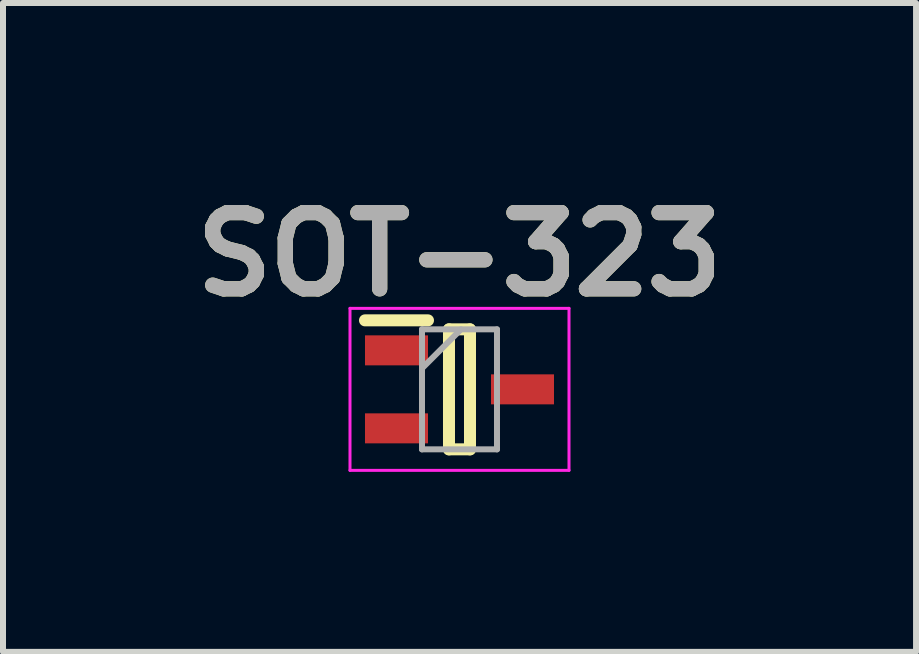
<source format=kicad_pcb>
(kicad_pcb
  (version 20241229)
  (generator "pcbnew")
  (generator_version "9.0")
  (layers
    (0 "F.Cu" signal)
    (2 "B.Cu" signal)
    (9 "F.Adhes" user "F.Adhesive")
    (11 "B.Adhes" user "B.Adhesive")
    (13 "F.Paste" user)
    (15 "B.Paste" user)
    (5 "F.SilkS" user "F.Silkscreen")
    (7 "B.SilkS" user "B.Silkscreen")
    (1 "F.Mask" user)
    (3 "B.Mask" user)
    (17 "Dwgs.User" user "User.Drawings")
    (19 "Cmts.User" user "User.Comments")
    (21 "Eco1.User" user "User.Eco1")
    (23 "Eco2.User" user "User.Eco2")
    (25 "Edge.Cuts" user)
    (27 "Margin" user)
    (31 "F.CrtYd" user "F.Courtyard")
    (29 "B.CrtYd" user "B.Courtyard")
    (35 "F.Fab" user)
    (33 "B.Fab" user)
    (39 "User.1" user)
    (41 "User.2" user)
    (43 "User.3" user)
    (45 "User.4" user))
  (footprint "SOT-323"
    (layer "F.Cu")
    (at 4.608 3.439)
    (property "Reference" "SOT-323" (at 0 -2.25 0) (layer "F.SilkS") (effects (font (size 1.27 1.27) (thickness 0.254))))
    (attr smd)
    (fp_line (start -1.575 -1.15) (end -0.525 -1.15) (stroke (width 0.2) (type solid)) (layer "F.SilkS"))
    (fp_line (start -0.175 -1) (end 0.175 -1) (stroke (width 0.2) (type solid)) (layer "F.SilkS"))
    (fp_line (start -0.175 1) (end -0.175 -1) (stroke (width 0.2) (type solid)) (layer "F.SilkS"))
    (fp_line (start 0.175 -1) (end 0.175 1) (stroke (width 0.2) (type solid)) (layer "F.SilkS"))
    (fp_line (start 0.175 1) (end -0.175 1) (stroke (width 0.2) (type solid)) (layer "F.SilkS"))
    (fp_line (start -1.825 -1.35) (end 1.825 -1.35) (stroke (width 0.05) (type solid)) (layer "F.CrtYd"))
    (fp_line (start -1.825 1.35) (end -1.825 -1.35) (stroke (width 0.05) (type solid)) (layer "F.CrtYd"))
    (fp_line (start 1.825 -1.35) (end 1.825 1.35) (stroke (width 0.05) (type solid)) (layer "F.CrtYd"))
    (fp_line (start 1.825 1.35) (end -1.825 1.35) (stroke (width 0.05) (type solid)) (layer "F.CrtYd"))
    (fp_line (start -0.625 -1) (end 0.625 -1) (stroke (width 0.1) (type solid)) (layer "F.Fab"))
    (fp_line (start -0.625 -0.35) (end 0.025 -1) (stroke (width 0.1) (type solid)) (layer "F.Fab"))
    (fp_line (start -0.625 1) (end -0.625 -1) (stroke (width 0.1) (type solid)) (layer "F.Fab"))
    (fp_line (start 0.625 -1) (end 0.625 1) (stroke (width 0.1) (type solid)) (layer "F.Fab"))
    (fp_line (start 0.625 1) (end -0.625 1) (stroke (width 0.1) (type solid)) (layer "F.Fab"))
    (fp_text user "${REFERENCE}" (at 0 -2.25 0) (layer "F.Fab") (effects (font (size 1.27 1.27) (thickness 0.254))))
    (pad "1" smd rect (at 1.05 0 90) (size 0.5 1.05) (layers "F.Cu" "F.Mask" "F.Paste"))
    (pad "2" smd rect (at -1.05 -0.65 90) (size 0.5 1.05) (layers "F.Cu" "F.Mask" "F.Paste"))
    (pad "3" smd rect (at -1.05 0.65 90) (size 0.5 1.05) (layers "F.Cu" "F.Mask" "F.Paste")))
  (gr_rect
    (start -3 -3)
    (end 12.217 7.814)
    (stroke (width 0.1) (type default))
    (fill no)
    (layer "Edge.Cuts")))
</source>
